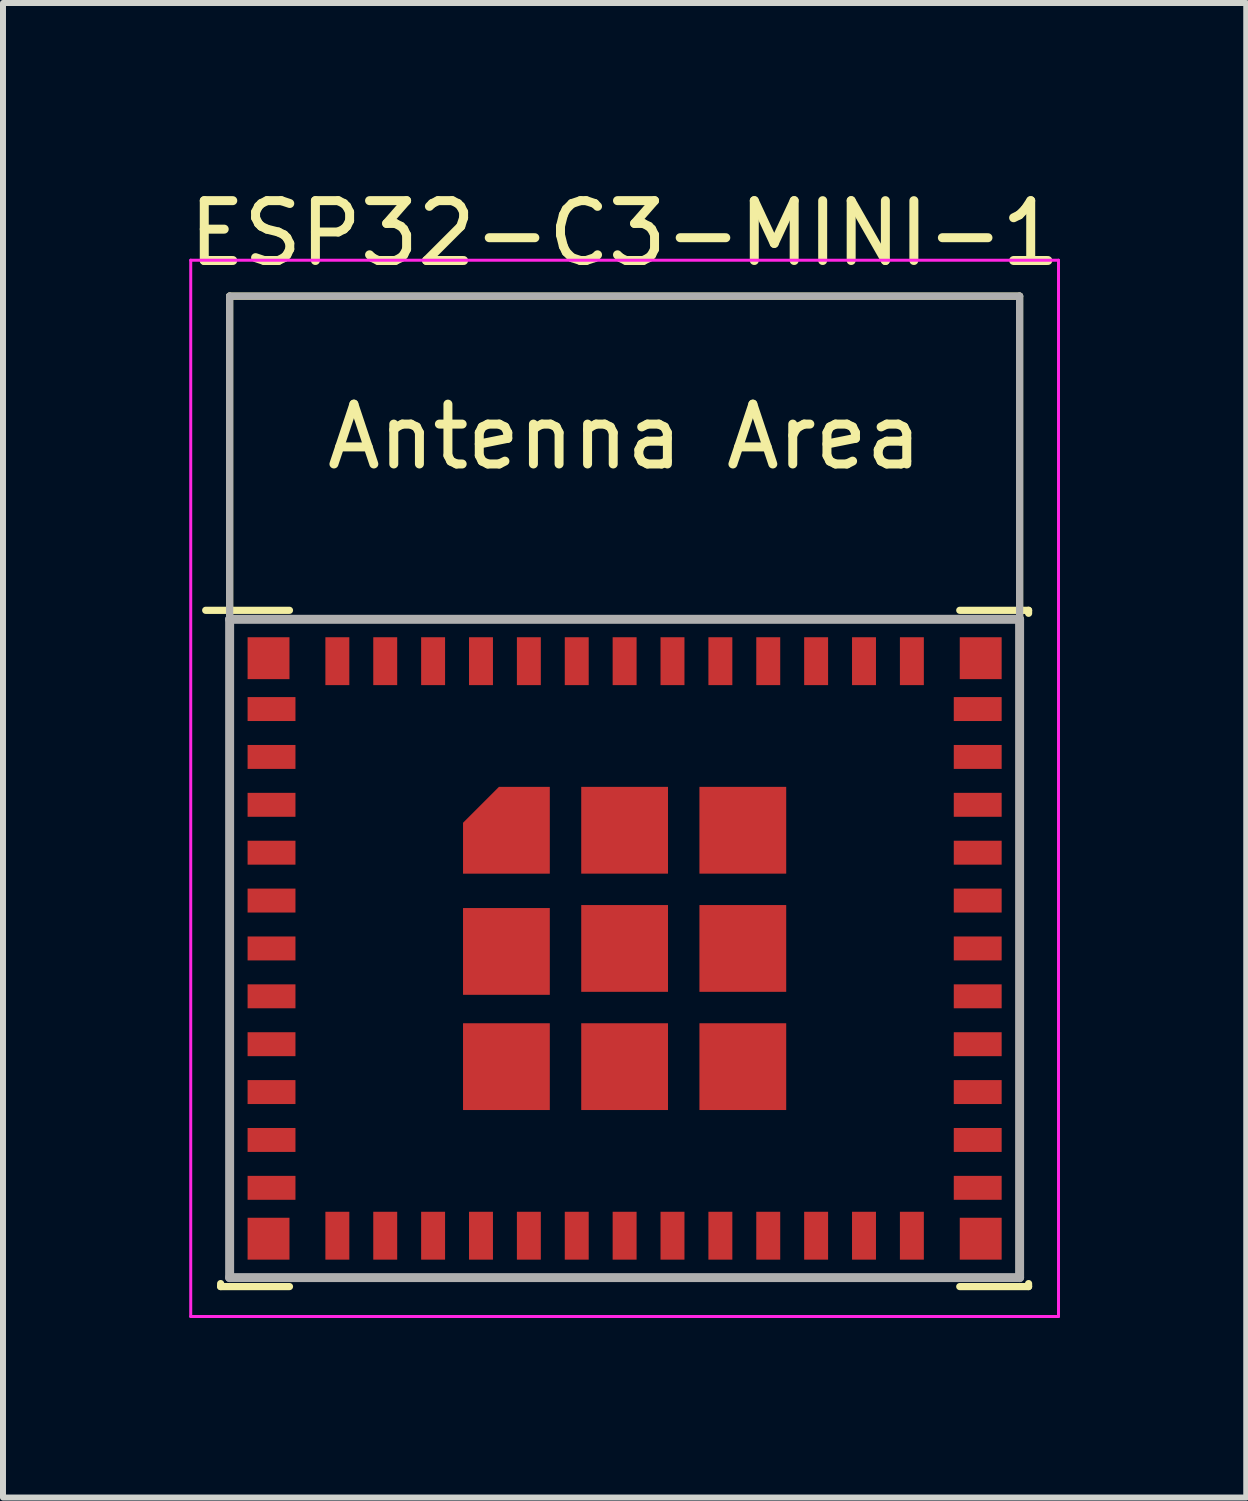
<source format=kicad_pcb>
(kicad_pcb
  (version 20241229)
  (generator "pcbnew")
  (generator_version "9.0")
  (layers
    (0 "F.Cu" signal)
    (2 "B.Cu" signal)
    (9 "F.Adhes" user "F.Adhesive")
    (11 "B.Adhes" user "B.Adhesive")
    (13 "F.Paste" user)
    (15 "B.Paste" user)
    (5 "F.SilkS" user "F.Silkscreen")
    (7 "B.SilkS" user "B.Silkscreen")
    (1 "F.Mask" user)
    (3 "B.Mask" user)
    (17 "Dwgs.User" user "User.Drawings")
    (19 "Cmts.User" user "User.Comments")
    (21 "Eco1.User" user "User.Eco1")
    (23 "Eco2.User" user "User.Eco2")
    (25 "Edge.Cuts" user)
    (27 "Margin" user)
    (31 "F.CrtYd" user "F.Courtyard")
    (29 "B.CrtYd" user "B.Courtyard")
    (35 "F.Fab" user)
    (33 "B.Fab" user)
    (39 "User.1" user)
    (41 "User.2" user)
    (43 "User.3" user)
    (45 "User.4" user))
  (footprint "ESP32-C3-MINI-1"
    (layer "F.Cu")
    (at 7.387 12.798)
    (property "Reference" "ESP32-C3-MINI-1" (at 0 -11.95 0) (layer "F.SilkS") (effects (font (size 1 1) (thickness 0.15))))
    (attr smd)
    (fp_line (start -6.75 5.65) (end -6.75 5.6) (stroke (width 0.12) (type solid)) (layer "F.SilkS"))
    (fp_line (start -6.6 -10.9) (end 6.6 -10.9) (stroke (width 0.12) (type solid)) (layer "F.SilkS"))
    (fp_line (start -6.6 -5.5) (end 6.6 -5.5) (stroke (width 0.12) (type solid)) (layer "F.SilkS"))
    (fp_line (start -6.6 5.5) (end -6.6 -10.9) (stroke (width 0.12) (type solid)) (layer "F.SilkS"))
    (fp_line (start -5.6 -5.65) (end -7 -5.65) (stroke (width 0.12) (type solid)) (layer "F.SilkS"))
    (fp_line (start -5.6 5.65) (end -6.75 5.65) (stroke (width 0.12) (type solid)) (layer "F.SilkS"))
    (fp_line (start 5.6 -5.65) (end 6.75 -5.65) (stroke (width 0.12) (type solid)) (layer "F.SilkS"))
    (fp_line (start 5.6 5.65) (end 6.75 5.65) (stroke (width 0.12) (type solid)) (layer "F.SilkS"))
    (fp_line (start 6.6 -10.9) (end 6.6 5.5) (stroke (width 0.12) (type solid)) (layer "F.SilkS"))
    (fp_line (start 6.6 5.5) (end -6.6 5.5) (stroke (width 0.12) (type solid)) (layer "F.SilkS"))
    (fp_line (start 6.75 -5.65) (end 6.75 -5.6) (stroke (width 0.12) (type solid)) (layer "F.SilkS"))
    (fp_line (start 6.75 5.65) (end 6.75 5.6) (stroke (width 0.12) (type solid)) (layer "F.SilkS"))
    (fp_line (start -7.25 -11.5) (end 7.25 -11.5) (stroke (width 0.05) (type solid)) (layer "F.CrtYd"))
    (fp_line (start -7.25 6.15) (end -7.25 -11.5) (stroke (width 0.05) (type solid)) (layer "F.CrtYd"))
    (fp_line (start 7.25 -11.5) (end 7.25 6.15) (stroke (width 0.05) (type solid)) (layer "F.CrtYd"))
    (fp_line (start 7.25 6.15) (end -7.25 6.15) (stroke (width 0.05) (type solid)) (layer "F.CrtYd"))
    (fp_line (start -6.6 -5.5) (end -6.6 -10.9) (stroke (width 0.12) (type solid)) (layer "F.Fab"))
    (fp_line (start -6.6 -5.5) (end -6.6 5.5) (stroke (width 0.15) (type solid)) (layer "F.Fab"))
    (fp_line (start -6.6 5.5) (end 6.6 5.5) (stroke (width 0.15) (type solid)) (layer "F.Fab"))
    (fp_line (start 6.6 -10.9) (end -6.6 -10.9) (stroke (width 0.12) (type solid)) (layer "F.Fab"))
    (fp_line (start 6.6 -5.5) (end -6.6 -5.5) (stroke (width 0.15) (type solid)) (layer "F.Fab"))
    (fp_line (start 6.6 -5.5) (end 6.6 -10.9) (stroke (width 0.12) (type solid)) (layer "F.Fab"))
    (fp_line (start 6.6 5.5) (end 6.6 -5.5) (stroke (width 0.15) (type solid)) (layer "F.Fab"))
    (fp_text user "Antenna Area" (at 0 -8.55 0) (layer "F.SilkS") (effects (font (size 1 1) (thickness 0.15))))
    (pad "1" smd rect (at -5.9 -4 90) (size 0.4 0.8) (layers "F.Cu" "F.Mask" "F.Paste"))
    (pad "2" smd rect (at -5.9 -3.2 90) (size 0.4 0.8) (layers "F.Cu" "F.Mask" "F.Paste"))
    (pad "3" smd rect (at -5.9 -2.4 90) (size 0.4 0.8) (layers "F.Cu" "F.Mask" "F.Paste"))
    (pad "4" smd rect (at -5.9 -1.6 90) (size 0.4 0.8) (layers "F.Cu" "F.Mask" "F.Paste"))
    (pad "5" smd rect (at -5.9 -0.8 90) (size 0.4 0.8) (layers "F.Cu" "F.Mask" "F.Paste"))
    (pad "6" smd rect (at -5.9 0 90) (size 0.4 0.8) (layers "F.Cu" "F.Mask" "F.Paste"))
    (pad "7" smd rect (at -5.9 0.8 90) (size 0.4 0.8) (layers "F.Cu" "F.Mask" "F.Paste"))
    (pad "8" smd rect (at -5.9 1.6 90) (size 0.4 0.8) (layers "F.Cu" "F.Mask" "F.Paste"))
    (pad "9" smd rect (at -5.9 2.4 90) (size 0.4 0.8) (layers "F.Cu" "F.Mask" "F.Paste"))
    (pad "10" smd rect (at -5.9 3.2 90) (size 0.4 0.8) (layers "F.Cu" "F.Mask" "F.Paste"))
    (pad "11" smd rect (at -5.9 4 90) (size 0.4 0.8) (layers "F.Cu" "F.Mask" "F.Paste"))
    (pad "12" smd rect (at -4.8 4.8) (size 0.4 0.8) (layers "F.Cu" "F.Mask" "F.Paste"))
    (pad "13" smd rect (at -4 4.8) (size 0.4 0.8) (layers "F.Cu" "F.Mask" "F.Paste"))
    (pad "14" smd rect (at -3.2 4.8) (size 0.4 0.8) (layers "F.Cu" "F.Mask" "F.Paste"))
    (pad "15" smd rect (at -2.4 4.8) (size 0.4 0.8) (layers "F.Cu" "F.Mask" "F.Paste"))
    (pad "16" smd rect (at -1.6 4.8) (size 0.4 0.8) (layers "F.Cu" "F.Mask" "F.Paste"))
    (pad "17" smd rect (at -0.8 4.8) (size 0.4 0.8) (layers "F.Cu" "F.Mask" "F.Paste"))
    (pad "18" smd rect (at 0 4.8) (size 0.4 0.8) (layers "F.Cu" "F.Mask" "F.Paste"))
    (pad "19" smd rect (at 0.8 4.8) (size 0.4 0.8) (layers "F.Cu" "F.Mask" "F.Paste"))
    (pad "20" smd rect (at 1.6 4.8) (size 0.4 0.8) (layers "F.Cu" "F.Mask" "F.Paste"))
    (pad "21" smd rect (at 2.4 4.8) (size 0.4 0.8) (layers "F.Cu" "F.Mask" "F.Paste"))
    (pad "22" smd rect (at 3.2 4.8) (size 0.4 0.8) (layers "F.Cu" "F.Mask" "F.Paste"))
    (pad "23" smd rect (at 4 4.8) (size 0.4 0.8) (layers "F.Cu" "F.Mask" "F.Paste"))
    (pad "24" smd rect (at 4.8 4.8) (size 0.4 0.8) (layers "F.Cu" "F.Mask" "F.Paste"))
    (pad "25" smd rect (at 5.9 4 90) (size 0.4 0.8) (layers "F.Cu" "F.Mask" "F.Paste"))
    (pad "26" smd rect (at 5.9 3.2 90) (size 0.4 0.8) (layers "F.Cu" "F.Mask" "F.Paste"))
    (pad "27" smd rect (at 5.9 2.4 90) (size 0.4 0.8) (layers "F.Cu" "F.Mask" "F.Paste"))
    (pad "28" smd rect (at 5.9 1.6 90) (size 0.4 0.8) (layers "F.Cu" "F.Mask" "F.Paste"))
    (pad "29" smd rect (at 5.9 0.8 90) (size 0.4 0.8) (layers "F.Cu" "F.Mask" "F.Paste"))
    (pad "30" smd rect (at 5.9 0 90) (size 0.4 0.8) (layers "F.Cu" "F.Mask" "F.Paste"))
    (pad "31" smd rect (at 5.9 -0.8 90) (size 0.4 0.8) (layers "F.Cu" "F.Mask" "F.Paste"))
    (pad "32" smd rect (at 5.9 -1.6 90) (size 0.4 0.8) (layers "F.Cu" "F.Mask" "F.Paste"))
    (pad "33" smd rect (at 5.9 -2.4 90) (size 0.4 0.8) (layers "F.Cu" "F.Mask" "F.Paste"))
    (pad "34" smd rect (at 5.9 -3.2 90) (size 0.4 0.8) (layers "F.Cu" "F.Mask" "F.Paste"))
    (pad "35" smd rect (at 5.9 -4 90) (size 0.4 0.8) (layers "F.Cu" "F.Mask" "F.Paste"))
    (pad "36" smd rect (at -5.95 -4.85 90) (size 0.7 0.7) (layers "F.Cu" "F.Mask" "F.Paste"))
    (pad "36" smd rect (at -5.95 4.85 90) (size 0.7 0.7) (layers "F.Cu" "F.Mask" "F.Paste"))
    (pad "36" smd rect (at -4.8 -4.8) (size 0.4 0.8) (layers "F.Cu" "F.Mask" "F.Paste"))
    (pad "36" smd rect (at -4 -4.8) (size 0.4 0.8) (layers "F.Cu" "F.Mask" "F.Paste"))
    (pad "36" smd rect (at -3.2 -4.8) (size 0.4 0.8) (layers "F.Cu" "F.Mask" "F.Paste"))
    (pad "36" smd rect (at -2.4 -4.8) (size 0.4 0.8) (layers "F.Cu" "F.Mask" "F.Paste"))
    (pad "36" smd custom (at -1.975 -1.975) (size 0.8 0.8) (layers "F.Cu" "F.Mask" "F.Paste") (options (anchor rect)) (primitives (gr_poly (pts (xy -0.725 0.725) (xy 0.725 0.725) (xy 0.725 -0.725) (xy -0.125 -0.725) (xy -0.725 -0.125)) (width 0) (fill yes))))
    (pad "36" smd rect (at -1.975 0.05 90) (size 1.45 1.45) (layers "F.Cu" "F.Mask" "F.Paste"))
    (pad "36" smd rect (at -1.975 1.975 90) (size 1.45 1.45) (layers "F.Cu" "F.Mask" "F.Paste"))
    (pad "36" smd rect (at -1.6 -4.8) (size 0.4 0.8) (layers "F.Cu" "F.Mask" "F.Paste"))
    (pad "36" smd rect (at -0.8 -4.8) (size 0.4 0.8) (layers "F.Cu" "F.Mask" "F.Paste"))
    (pad "36" smd rect (at 0 -4.8) (size 0.4 0.8) (layers "F.Cu" "F.Mask" "F.Paste"))
    (pad "36" smd rect (at 0 -1.975 90) (size 1.45 1.45) (layers "F.Cu" "F.Mask" "F.Paste"))
    (pad "36" smd rect (at 0 0 90) (size 1.45 1.45) (layers "F.Cu" "F.Mask" "F.Paste"))
    (pad "36" smd rect (at 0 1.975 90) (size 1.45 1.45) (layers "F.Cu" "F.Mask" "F.Paste"))
    (pad "36" smd rect (at 0.8 -4.8) (size 0.4 0.8) (layers "F.Cu" "F.Mask" "F.Paste"))
    (pad "36" smd rect (at 1.6 -4.8) (size 0.4 0.8) (layers "F.Cu" "F.Mask" "F.Paste"))
    (pad "36" smd rect (at 1.975 -1.975 90) (size 1.45 1.45) (layers "F.Cu" "F.Mask" "F.Paste"))
    (pad "36" smd rect (at 1.975 0 90) (size 1.45 1.45) (layers "F.Cu" "F.Mask" "F.Paste"))
    (pad "36" smd rect (at 1.975 1.975 90) (size 1.45 1.45) (layers "F.Cu" "F.Mask" "F.Paste"))
    (pad "36" smd rect (at 2.4 -4.8) (size 0.4 0.8) (layers "F.Cu" "F.Mask" "F.Paste"))
    (pad "36" smd rect (at 3.2 -4.8) (size 0.4 0.8) (layers "F.Cu" "F.Mask" "F.Paste"))
    (pad "36" smd rect (at 4 -4.8) (size 0.4 0.8) (layers "F.Cu" "F.Mask" "F.Paste"))
    (pad "36" smd rect (at 4.8 -4.8) (size 0.4 0.8) (layers "F.Cu" "F.Mask" "F.Paste"))
    (pad "36" smd rect (at 5.95 -4.85 90) (size 0.7 0.7) (layers "F.Cu" "F.Mask" "F.Paste"))
    (pad "36" smd rect (at 5.95 4.85 90) (size 0.7 0.7) (layers "F.Cu" "F.Mask" "F.Paste")))
  (gr_rect
    (start -3 -3)
    (end 17.774 21.973)
    (stroke (width 0.1) (type default))
    (fill no)
    (layer "Edge.Cuts")))
</source>
